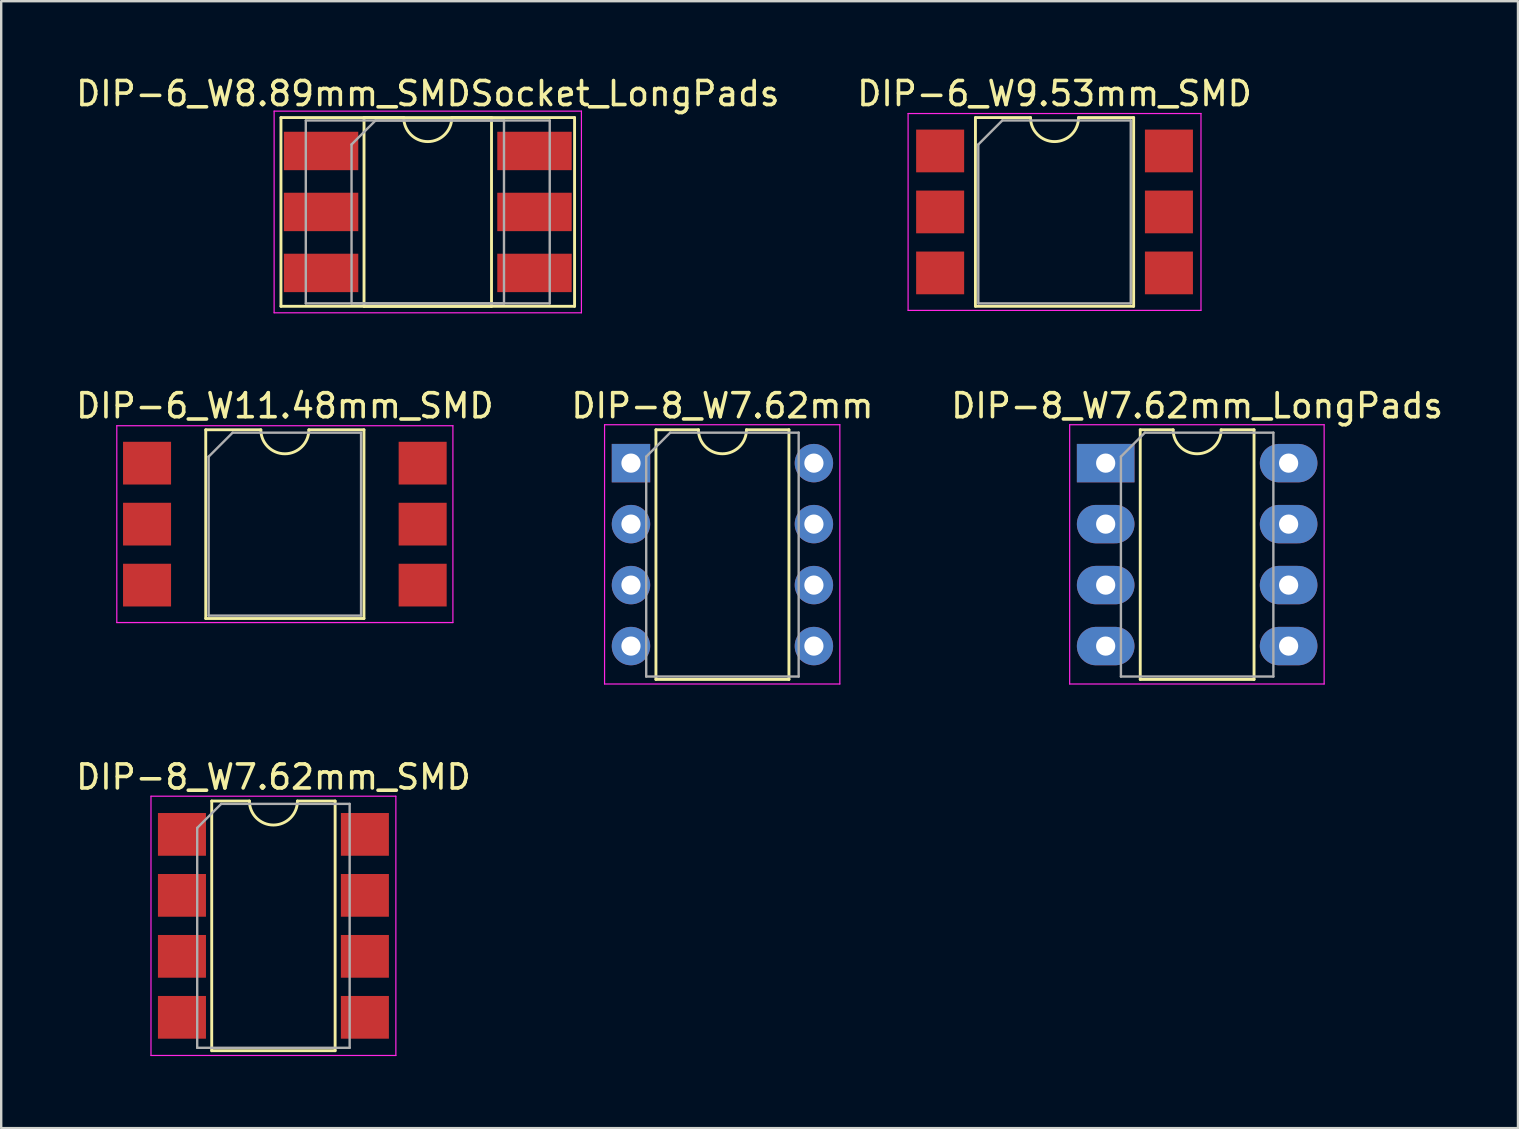
<source format=kicad_pcb>
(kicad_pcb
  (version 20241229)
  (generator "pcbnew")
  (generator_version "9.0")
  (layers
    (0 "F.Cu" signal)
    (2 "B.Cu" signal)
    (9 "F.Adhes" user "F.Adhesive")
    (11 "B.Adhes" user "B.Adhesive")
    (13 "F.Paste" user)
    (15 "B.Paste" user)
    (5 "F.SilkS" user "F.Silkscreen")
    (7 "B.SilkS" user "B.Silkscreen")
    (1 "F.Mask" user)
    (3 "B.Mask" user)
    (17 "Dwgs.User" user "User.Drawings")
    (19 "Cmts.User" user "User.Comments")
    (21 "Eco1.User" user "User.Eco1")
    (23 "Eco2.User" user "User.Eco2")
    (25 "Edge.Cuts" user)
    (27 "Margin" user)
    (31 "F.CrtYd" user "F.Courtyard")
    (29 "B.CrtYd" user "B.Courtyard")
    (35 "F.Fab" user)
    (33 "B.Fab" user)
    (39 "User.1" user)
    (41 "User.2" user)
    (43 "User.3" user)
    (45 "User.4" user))
  (footprint "DIP-8_W7.62mm_SMD"
    (layer "F.Cu")
    (at 8.339 35.515)
    (property "Reference" "DIP-8_W7.62mm_SMD" (at 0 -6.2 0) (layer "F.SilkS") (effects (font (size 1 1) (thickness 0.15))))
    (attr smd)
    (fp_line (start -2.57 -5.2) (end -2.57 5.2) (stroke (width 0.12) (type solid)) (layer "F.SilkS"))
    (fp_line (start -2.57 5.2) (end 2.57 5.2) (stroke (width 0.12) (type solid)) (layer "F.SilkS"))
    (fp_line (start -1 -5.2) (end -2.57 -5.2) (stroke (width 0.12) (type solid)) (layer "F.SilkS"))
    (fp_line (start 2.57 -5.2) (end 1 -5.2) (stroke (width 0.12) (type solid)) (layer "F.SilkS"))
    (fp_line (start 2.57 5.2) (end 2.57 -5.2) (stroke (width 0.12) (type solid)) (layer "F.SilkS"))
    (fp_arc (start 1 -5.2) (mid 0 -4.2) (end -1 -5.2) (stroke (width 0.12) (type solid)) (layer "F.SilkS"))
    (fp_line (start -5.1 -5.4) (end -5.1 5.4) (stroke (width 0.05) (type solid)) (layer "F.CrtYd"))
    (fp_line (start -5.1 5.4) (end 5.1 5.4) (stroke (width 0.05) (type solid)) (layer "F.CrtYd"))
    (fp_line (start 5.1 -5.4) (end -5.1 -5.4) (stroke (width 0.05) (type solid)) (layer "F.CrtYd"))
    (fp_line (start 5.1 5.4) (end 5.1 -5.4) (stroke (width 0.05) (type solid)) (layer "F.CrtYd"))
    (fp_line (start -3.175 -4.08) (end -2.175 -5.08) (stroke (width 0.1) (type solid)) (layer "F.Fab"))
    (fp_line (start -3.175 5.08) (end -3.175 -4.08) (stroke (width 0.1) (type solid)) (layer "F.Fab"))
    (fp_line (start -2.175 -5.08) (end 3.175 -5.08) (stroke (width 0.1) (type solid)) (layer "F.Fab"))
    (fp_line (start 3.175 -5.08) (end 3.175 5.08) (stroke (width 0.1) (type solid)) (layer "F.Fab"))
    (fp_line (start 3.175 5.08) (end -3.175 5.08) (stroke (width 0.1) (type solid)) (layer "F.Fab"))
    (pad "1" smd rect (at -3.81 -3.81) (size 2 1.78) (layers "F.Cu" "F.Mask"))
    (pad "2" smd rect (at -3.81 -1.27) (size 2 1.78) (layers "F.Cu" "F.Mask"))
    (pad "3" smd rect (at -3.81 1.27) (size 2 1.78) (layers "F.Cu" "F.Mask"))
    (pad "4" smd rect (at -3.81 3.81) (size 2 1.78) (layers "F.Cu" "F.Mask"))
    (pad "5" smd rect (at 3.81 3.81) (size 2 1.78) (layers "F.Cu" "F.Mask"))
    (pad "6" smd rect (at 3.81 1.27) (size 2 1.78) (layers "F.Cu" "F.Mask"))
    (pad "7" smd rect (at 3.81 -1.27) (size 2 1.78) (layers "F.Cu" "F.Mask"))
    (pad "8" smd rect (at 3.81 -3.81) (size 2 1.78) (layers "F.Cu" "F.Mask")))
  (footprint "DIP-6_W11.48mm_SMD"
    (layer "F.Cu")
    (at 8.815 18.782)
    (property "Reference" "DIP-6_W11.48mm_SMD" (at 0 -4.93 0) (layer "F.SilkS") (effects (font (size 1 1) (thickness 0.15))))
    (attr smd)
    (fp_line (start -3.295 -3.93) (end -3.295 3.93) (stroke (width 0.12) (type solid)) (layer "F.SilkS"))
    (fp_line (start -3.295 3.93) (end 3.295 3.93) (stroke (width 0.12) (type solid)) (layer "F.SilkS"))
    (fp_line (start -1 -3.93) (end -3.295 -3.93) (stroke (width 0.12) (type solid)) (layer "F.SilkS"))
    (fp_line (start 3.295 -3.93) (end 1 -3.93) (stroke (width 0.12) (type solid)) (layer "F.SilkS"))
    (fp_line (start 3.295 3.93) (end 3.295 -3.93) (stroke (width 0.12) (type solid)) (layer "F.SilkS"))
    (fp_arc (start 1 -3.93) (mid 0 -2.93) (end -1 -3.93) (stroke (width 0.12) (type solid)) (layer "F.SilkS"))
    (fp_line (start -7 -4.1) (end -7 4.1) (stroke (width 0.05) (type solid)) (layer "F.CrtYd"))
    (fp_line (start -7 4.1) (end 7 4.1) (stroke (width 0.05) (type solid)) (layer "F.CrtYd"))
    (fp_line (start 7 -4.1) (end -7 -4.1) (stroke (width 0.05) (type solid)) (layer "F.CrtYd"))
    (fp_line (start 7 4.1) (end 7 -4.1) (stroke (width 0.05) (type solid)) (layer "F.CrtYd"))
    (fp_line (start -3.175 -2.81) (end -2.175 -3.81) (stroke (width 0.1) (type solid)) (layer "F.Fab"))
    (fp_line (start -3.175 3.81) (end -3.175 -2.81) (stroke (width 0.1) (type solid)) (layer "F.Fab"))
    (fp_line (start -2.175 -3.81) (end 3.175 -3.81) (stroke (width 0.1) (type solid)) (layer "F.Fab"))
    (fp_line (start 3.175 -3.81) (end 3.175 3.81) (stroke (width 0.1) (type solid)) (layer "F.Fab"))
    (fp_line (start 3.175 3.81) (end -3.175 3.81) (stroke (width 0.1) (type solid)) (layer "F.Fab"))
    (pad "1" smd rect (at -5.74 -2.54) (size 2 1.78) (layers "F.Cu" "F.Mask"))
    (pad "2" smd rect (at -5.74 0) (size 2 1.78) (layers "F.Cu" "F.Mask"))
    (pad "3" smd rect (at -5.74 2.54) (size 2 1.78) (layers "F.Cu" "F.Mask"))
    (pad "4" smd rect (at 5.74 2.54) (size 2 1.78) (layers "F.Cu" "F.Mask"))
    (pad "5" smd rect (at 5.74 0) (size 2 1.78) (layers "F.Cu" "F.Mask"))
    (pad "6" smd rect (at 5.74 -2.54) (size 2 1.78) (layers "F.Cu" "F.Mask")))
  (footprint "DIP-6_W9.53mm_SMD"
    (layer "F.Cu")
    (at 40.875 5.778)
    (property "Reference" "DIP-6_W9.53mm_SMD" (at 0 -4.93 0) (layer "F.SilkS") (effects (font (size 1 1) (thickness 0.15))))
    (attr smd)
    (fp_line (start -3.295 -3.93) (end -3.295 3.93) (stroke (width 0.12) (type solid)) (layer "F.SilkS"))
    (fp_line (start -3.295 3.93) (end 3.295 3.93) (stroke (width 0.12) (type solid)) (layer "F.SilkS"))
    (fp_line (start -1 -3.93) (end -3.295 -3.93) (stroke (width 0.12) (type solid)) (layer "F.SilkS"))
    (fp_line (start 3.295 -3.93) (end 1 -3.93) (stroke (width 0.12) (type solid)) (layer "F.SilkS"))
    (fp_line (start 3.295 3.93) (end 3.295 -3.93) (stroke (width 0.12) (type solid)) (layer "F.SilkS"))
    (fp_arc (start 1 -3.93) (mid 0 -2.93) (end -1 -3.93) (stroke (width 0.12) (type solid)) (layer "F.SilkS"))
    (fp_line (start -6.1 -4.1) (end -6.1 4.1) (stroke (width 0.05) (type solid)) (layer "F.CrtYd"))
    (fp_line (start -6.1 4.1) (end 6.1 4.1) (stroke (width 0.05) (type solid)) (layer "F.CrtYd"))
    (fp_line (start 6.1 -4.1) (end -6.1 -4.1) (stroke (width 0.05) (type solid)) (layer "F.CrtYd"))
    (fp_line (start 6.1 4.1) (end 6.1 -4.1) (stroke (width 0.05) (type solid)) (layer "F.CrtYd"))
    (fp_line (start -3.175 -2.81) (end -2.175 -3.81) (stroke (width 0.1) (type solid)) (layer "F.Fab"))
    (fp_line (start -3.175 3.81) (end -3.175 -2.81) (stroke (width 0.1) (type solid)) (layer "F.Fab"))
    (fp_line (start -2.175 -3.81) (end 3.175 -3.81) (stroke (width 0.1) (type solid)) (layer "F.Fab"))
    (fp_line (start 3.175 -3.81) (end 3.175 3.81) (stroke (width 0.1) (type solid)) (layer "F.Fab"))
    (fp_line (start 3.175 3.81) (end -3.175 3.81) (stroke (width 0.1) (type solid)) (layer "F.Fab"))
    (pad "1" smd rect (at -4.765 -2.54) (size 2 1.78) (layers "F.Cu" "F.Mask"))
    (pad "2" smd rect (at -4.765 0) (size 2 1.78) (layers "F.Cu" "F.Mask"))
    (pad "3" smd rect (at -4.765 2.54) (size 2 1.78) (layers "F.Cu" "F.Mask"))
    (pad "4" smd rect (at 4.765 2.54) (size 2 1.78) (layers "F.Cu" "F.Mask"))
    (pad "5" smd rect (at 4.765 0) (size 2 1.78) (layers "F.Cu" "F.Mask"))
    (pad "6" smd rect (at 4.765 -2.54) (size 2 1.78) (layers "F.Cu" "F.Mask")))
  (footprint "DIP-6_W8.89mm_SMDSocket_LongPads"
    (layer "F.Cu")
    (at 14.768 5.778)
    (property "Reference" "DIP-6_W8.89mm_SMDSocket_LongPads" (at 0 -4.93 0) (layer "F.SilkS") (effects (font (size 1 1) (thickness 0.15))))
    (attr smd)
    (fp_line (start -6.115 -3.93) (end -6.115 3.93) (stroke (width 0.12) (type solid)) (layer "F.SilkS"))
    (fp_line (start -6.115 3.93) (end 6.115 3.93) (stroke (width 0.12) (type solid)) (layer "F.SilkS"))
    (fp_line (start -2.655 -3.93) (end -2.655 3.93) (stroke (width 0.12) (type solid)) (layer "F.SilkS"))
    (fp_line (start -2.655 3.93) (end 2.655 3.93) (stroke (width 0.12) (type solid)) (layer "F.SilkS"))
    (fp_line (start -1 -3.93) (end -2.655 -3.93) (stroke (width 0.12) (type solid)) (layer "F.SilkS"))
    (fp_line (start 2.655 -3.93) (end 1 -3.93) (stroke (width 0.12) (type solid)) (layer "F.SilkS"))
    (fp_line (start 2.655 3.93) (end 2.655 -3.93) (stroke (width 0.12) (type solid)) (layer "F.SilkS"))
    (fp_line (start 6.115 -3.93) (end -6.115 -3.93) (stroke (width 0.12) (type solid)) (layer "F.SilkS"))
    (fp_line (start 6.115 3.93) (end 6.115 -3.93) (stroke (width 0.12) (type solid)) (layer "F.SilkS"))
    (fp_arc (start 1 -3.93) (mid 0 -2.93) (end -1 -3.93) (stroke (width 0.12) (type solid)) (layer "F.SilkS"))
    (fp_line (start -6.4 -4.2) (end -6.4 4.2) (stroke (width 0.05) (type solid)) (layer "F.CrtYd"))
    (fp_line (start -6.4 4.2) (end 6.4 4.2) (stroke (width 0.05) (type solid)) (layer "F.CrtYd"))
    (fp_line (start 6.4 -4.2) (end -6.4 -4.2) (stroke (width 0.05) (type solid)) (layer "F.CrtYd"))
    (fp_line (start 6.4 4.2) (end 6.4 -4.2) (stroke (width 0.05) (type solid)) (layer "F.CrtYd"))
    (fp_line (start -5.08 -3.81) (end -5.08 3.81) (stroke (width 0.1) (type solid)) (layer "F.Fab"))
    (fp_line (start -5.08 3.81) (end 5.08 3.81) (stroke (width 0.1) (type solid)) (layer "F.Fab"))
    (fp_line (start -3.175 -2.81) (end -2.175 -3.81) (stroke (width 0.1) (type solid)) (layer "F.Fab"))
    (fp_line (start -3.175 3.81) (end -3.175 -2.81) (stroke (width 0.1) (type solid)) (layer "F.Fab"))
    (fp_line (start -2.175 -3.81) (end 3.175 -3.81) (stroke (width 0.1) (type solid)) (layer "F.Fab"))
    (fp_line (start 3.175 -3.81) (end 3.175 3.81) (stroke (width 0.1) (type solid)) (layer "F.Fab"))
    (fp_line (start 3.175 3.81) (end -3.175 3.81) (stroke (width 0.1) (type solid)) (layer "F.Fab"))
    (fp_line (start 5.08 -3.81) (end -5.08 -3.81) (stroke (width 0.1) (type solid)) (layer "F.Fab"))
    (fp_line (start 5.08 3.81) (end 5.08 -3.81) (stroke (width 0.1) (type solid)) (layer "F.Fab"))
    (pad "1" smd rect (at -4.445 -2.54) (size 3.1 1.6) (layers "F.Cu" "F.Mask"))
    (pad "2" smd rect (at -4.445 0) (size 3.1 1.6) (layers "F.Cu" "F.Mask"))
    (pad "3" smd rect (at -4.445 2.54) (size 3.1 1.6) (layers "F.Cu" "F.Mask"))
    (pad "4" smd rect (at 4.445 2.54) (size 3.1 1.6) (layers "F.Cu" "F.Mask"))
    (pad "5" smd rect (at 4.445 0) (size 3.1 1.6) (layers "F.Cu" "F.Mask"))
    (pad "6" smd rect (at 4.445 -2.54) (size 3.1 1.6) (layers "F.Cu" "F.Mask")))
  (footprint "DIP-8_W7.62mm"
    (layer "F.Cu")
    (at 23.232 16.241)
    (property "Reference" "DIP-8_W7.62mm" (at 3.81 -2.39 0) (layer "F.SilkS") (effects (font (size 1 1) (thickness 0.15))))
    (attr through_hole)
    (fp_line (start 1.04 -1.39) (end 1.04 9.01) (stroke (width 0.12) (type solid)) (layer "F.SilkS"))
    (fp_line (start 1.04 9.01) (end 6.58 9.01) (stroke (width 0.12) (type solid)) (layer "F.SilkS"))
    (fp_line (start 2.81 -1.39) (end 1.04 -1.39) (stroke (width 0.12) (type solid)) (layer "F.SilkS"))
    (fp_line (start 6.58 -1.39) (end 4.81 -1.39) (stroke (width 0.12) (type solid)) (layer "F.SilkS"))
    (fp_line (start 6.58 9.01) (end 6.58 -1.39) (stroke (width 0.12) (type solid)) (layer "F.SilkS"))
    (fp_arc (start 4.81 -1.39) (mid 3.81 -0.39) (end 2.81 -1.39) (stroke (width 0.12) (type solid)) (layer "F.SilkS"))
    (fp_line (start -1.1 -1.6) (end -1.1 9.2) (stroke (width 0.05) (type solid)) (layer "F.CrtYd"))
    (fp_line (start -1.1 9.2) (end 8.7 9.2) (stroke (width 0.05) (type solid)) (layer "F.CrtYd"))
    (fp_line (start 8.7 -1.6) (end -1.1 -1.6) (stroke (width 0.05) (type solid)) (layer "F.CrtYd"))
    (fp_line (start 8.7 9.2) (end 8.7 -1.6) (stroke (width 0.05) (type solid)) (layer "F.CrtYd"))
    (fp_line (start 0.635 -0.27) (end 1.635 -1.27) (stroke (width 0.1) (type solid)) (layer "F.Fab"))
    (fp_line (start 0.635 8.89) (end 0.635 -0.27) (stroke (width 0.1) (type solid)) (layer "F.Fab"))
    (fp_line (start 1.635 -1.27) (end 6.985 -1.27) (stroke (width 0.1) (type solid)) (layer "F.Fab"))
    (fp_line (start 6.985 -1.27) (end 6.985 8.89) (stroke (width 0.1) (type solid)) (layer "F.Fab"))
    (fp_line (start 6.985 8.89) (end 0.635 8.89) (stroke (width 0.1) (type solid)) (layer "F.Fab"))
    (pad "1" thru_hole rect (at 0 0) (size 1.6 1.6) (drill 0.8) (layers "*.Cu" "*.Mask"))
    (pad "2" thru_hole oval (at 0 2.54) (size 1.6 1.6) (drill 0.8) (layers "*.Cu" "*.Mask"))
    (pad "3" thru_hole oval (at 0 5.08) (size 1.6 1.6) (drill 0.8) (layers "*.Cu" "*.Mask"))
    (pad "4" thru_hole oval (at 0 7.62) (size 1.6 1.6) (drill 0.8) (layers "*.Cu" "*.Mask"))
    (pad "5" thru_hole oval (at 7.62 7.62) (size 1.6 1.6) (drill 0.8) (layers "*.Cu" "*.Mask"))
    (pad "6" thru_hole oval (at 7.62 5.08) (size 1.6 1.6) (drill 0.8) (layers "*.Cu" "*.Mask"))
    (pad "7" thru_hole oval (at 7.62 2.54) (size 1.6 1.6) (drill 0.8) (layers "*.Cu" "*.Mask"))
    (pad "8" thru_hole oval (at 7.62 0) (size 1.6 1.6) (drill 0.8) (layers "*.Cu" "*.Mask")))
  (footprint "DIP-8_W7.62mm_LongPads"
    (layer "F.Cu")
    (at 43.005 16.241)
    (property "Reference" "DIP-8_W7.62mm_LongPads" (at 3.81 -2.39 0) (layer "F.SilkS") (effects (font (size 1 1) (thickness 0.15))))
    (attr through_hole)
    (fp_line (start 1.44 -1.39) (end 1.44 9.01) (stroke (width 0.12) (type solid)) (layer "F.SilkS"))
    (fp_line (start 1.44 9.01) (end 6.18 9.01) (stroke (width 0.12) (type solid)) (layer "F.SilkS"))
    (fp_line (start 2.81 -1.39) (end 1.44 -1.39) (stroke (width 0.12) (type solid)) (layer "F.SilkS"))
    (fp_line (start 6.18 -1.39) (end 4.81 -1.39) (stroke (width 0.12) (type solid)) (layer "F.SilkS"))
    (fp_line (start 6.18 9.01) (end 6.18 -1.39) (stroke (width 0.12) (type solid)) (layer "F.SilkS"))
    (fp_arc (start 4.81 -1.39) (mid 3.81 -0.39) (end 2.81 -1.39) (stroke (width 0.12) (type solid)) (layer "F.SilkS"))
    (fp_line (start -1.5 -1.6) (end -1.5 9.2) (stroke (width 0.05) (type solid)) (layer "F.CrtYd"))
    (fp_line (start -1.5 9.2) (end 9.1 9.2) (stroke (width 0.05) (type solid)) (layer "F.CrtYd"))
    (fp_line (start 9.1 -1.6) (end -1.5 -1.6) (stroke (width 0.05) (type solid)) (layer "F.CrtYd"))
    (fp_line (start 9.1 9.2) (end 9.1 -1.6) (stroke (width 0.05) (type solid)) (layer "F.CrtYd"))
    (fp_line (start 0.635 -0.27) (end 1.635 -1.27) (stroke (width 0.1) (type solid)) (layer "F.Fab"))
    (fp_line (start 0.635 8.89) (end 0.635 -0.27) (stroke (width 0.1) (type solid)) (layer "F.Fab"))
    (fp_line (start 1.635 -1.27) (end 6.985 -1.27) (stroke (width 0.1) (type solid)) (layer "F.Fab"))
    (fp_line (start 6.985 -1.27) (end 6.985 8.89) (stroke (width 0.1) (type solid)) (layer "F.Fab"))
    (fp_line (start 6.985 8.89) (end 0.635 8.89) (stroke (width 0.1) (type solid)) (layer "F.Fab"))
    (pad "1" thru_hole rect (at 0 0) (size 2.4 1.6) (drill 0.8) (layers "*.Cu" "*.Mask"))
    (pad "2" thru_hole oval (at 0 2.54) (size 2.4 1.6) (drill 0.8) (layers "*.Cu" "*.Mask"))
    (pad "3" thru_hole oval (at 0 5.08) (size 2.4 1.6) (drill 0.8) (layers "*.Cu" "*.Mask"))
    (pad "4" thru_hole oval (at 0 7.62) (size 2.4 1.6) (drill 0.8) (layers "*.Cu" "*.Mask"))
    (pad "5" thru_hole oval (at 7.62 7.62) (size 2.4 1.6) (drill 0.8) (layers "*.Cu" "*.Mask"))
    (pad "6" thru_hole oval (at 7.62 5.08) (size 2.4 1.6) (drill 0.8) (layers "*.Cu" "*.Mask"))
    (pad "7" thru_hole oval (at 7.62 2.54) (size 2.4 1.6) (drill 0.8) (layers "*.Cu" "*.Mask"))
    (pad "8" thru_hole oval (at 7.62 0) (size 2.4 1.6) (drill 0.8) (layers "*.Cu" "*.Mask")))
  (gr_rect
    (start -3 -3)
    (end 60.179 43.94)
    (stroke (width 0.1) (type default))
    (fill no)
    (layer "Edge.Cuts")))
</source>
